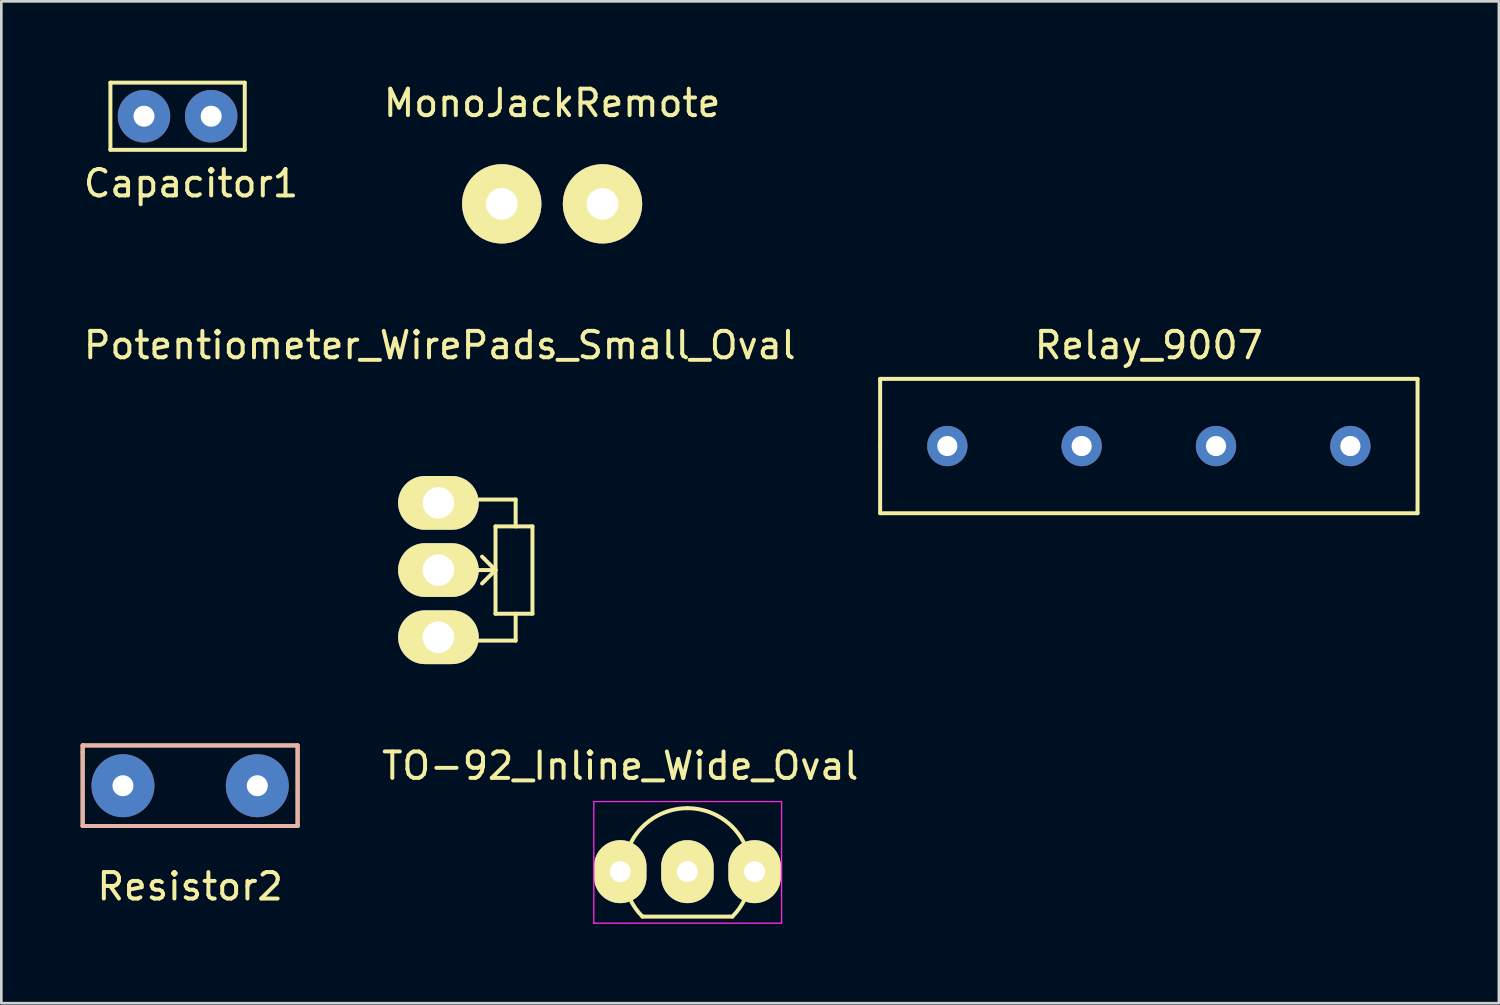
<source format=kicad_pcb>
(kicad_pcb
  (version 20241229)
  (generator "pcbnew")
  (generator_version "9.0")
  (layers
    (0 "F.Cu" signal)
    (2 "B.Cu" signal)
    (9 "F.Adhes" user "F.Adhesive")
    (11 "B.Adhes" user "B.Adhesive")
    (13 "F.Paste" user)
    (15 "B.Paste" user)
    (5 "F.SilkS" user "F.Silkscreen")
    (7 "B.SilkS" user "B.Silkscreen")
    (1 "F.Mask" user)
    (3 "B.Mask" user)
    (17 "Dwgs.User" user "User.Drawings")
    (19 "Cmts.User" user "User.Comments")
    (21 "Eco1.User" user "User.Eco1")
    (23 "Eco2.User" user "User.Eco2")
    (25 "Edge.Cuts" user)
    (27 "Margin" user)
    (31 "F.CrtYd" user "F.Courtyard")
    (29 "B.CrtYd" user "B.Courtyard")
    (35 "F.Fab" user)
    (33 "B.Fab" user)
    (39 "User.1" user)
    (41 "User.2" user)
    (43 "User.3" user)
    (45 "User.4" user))
  (footprint "MonoJackRemote"
    (layer "F.Cu")
    (at 17.827 4.658)
    (property "Reference" "MonoJackRemote" (at 0 -3.81 0) (layer "F.SilkS") (effects (font (size 1 1) (thickness 0.15))))
    (attr through_hole)
    (pad "1" thru_hole circle (at -1.905 0) (size 3 3) (drill 1.199) (layers "*.Cu" "*.Mask" "F.SilkS"))
    (pad "2" thru_hole circle (at 1.905 0) (size 3 3) (drill 1.199) (layers "*.Cu" "*.Mask" "F.SilkS")))
  (footprint "Capacitor1"
    (layer "F.Cu")
    (at 3.665 1.345)
    (property "Reference" "Capacitor1" (at 0.508 2.54 0) (layer "F.SilkS") (effects (font (size 1 1) (thickness 0.15))))
    (attr through_hole)
    (fp_line (start -2.54 -1.27) (end -2.54 1.27) (stroke (width 0.15) (type solid)) (layer "F.SilkS"))
    (fp_line (start -2.54 1.27) (end 2.54 1.27) (stroke (width 0.15) (type solid)) (layer "F.SilkS"))
    (fp_line (start 2.54 -1.27) (end -2.54 -1.27) (stroke (width 0.15) (type solid)) (layer "F.SilkS"))
    (fp_line (start 2.54 1.27) (end 2.54 -1.27) (stroke (width 0.15) (type solid)) (layer "F.SilkS"))
    (pad "1" thru_hole circle (at -1.27 0) (size 1.984 1.984) (drill 0.794) (layers "*.Cu" "*.Mask"))
    (pad "2" thru_hole circle (at 1.27 0) (size 1.984 1.984) (drill 0.794) (layers "*.Cu" "*.Mask")))
  (footprint "Potentiometer_WirePads_Small_Oval"
    (layer "F.Cu")
    (at 13.527 15.965)
    (property "Reference" "Potentiometer_WirePads_Small_Oval" (at 0.051 -5.959 0) (layer "F.SilkS") (effects (font (size 1 1) (thickness 0.15))))
    (attr through_hole)
    (fp_line (start 2.159 0.889) (end 3.556 0.889) (stroke (width 0.15) (type solid)) (layer "F.SilkS"))
    (fp_line (start 2.159 2.54) (end 1.524 2.54) (stroke (width 0.15) (type solid)) (layer "F.SilkS"))
    (fp_line (start 2.159 2.54) (end 1.651 2.032) (stroke (width 0.15) (type solid)) (layer "F.SilkS"))
    (fp_line (start 2.159 2.54) (end 1.651 3.048) (stroke (width 0.15) (type solid)) (layer "F.SilkS"))
    (fp_line (start 2.159 4.191) (end 2.159 0.889) (stroke (width 0.15) (type solid)) (layer "F.SilkS"))
    (fp_line (start 2.921 -0.127) (end 1.524 -0.127) (stroke (width 0.15) (type solid)) (layer "F.SilkS"))
    (fp_line (start 2.921 0.889) (end 2.921 -0.127) (stroke (width 0.15) (type solid)) (layer "F.SilkS"))
    (fp_line (start 2.921 4.191) (end 2.921 5.207) (stroke (width 0.15) (type solid)) (layer "F.SilkS"))
    (fp_line (start 2.921 5.207) (end 1.524 5.207) (stroke (width 0.15) (type solid)) (layer "F.SilkS"))
    (fp_line (start 3.556 0.889) (end 3.556 4.191) (stroke (width 0.15) (type solid)) (layer "F.SilkS"))
    (fp_line (start 3.556 4.191) (end 2.159 4.191) (stroke (width 0.15) (type solid)) (layer "F.SilkS"))
    (pad "1" thru_hole oval (at 0 0) (size 3.048 2.032) (drill 1.191) (layers "*.Cu" "*.Mask" "F.SilkS"))
    (pad "2" thru_hole oval (at 0 2.54) (size 3.048 2.032) (drill 1.191) (layers "*.Cu" "*.Mask" "F.SilkS"))
    (pad "3" thru_hole oval (at 0 5.08) (size 3.048 2.032) (drill 1.191) (layers "*.Cu" "*.Mask" "F.SilkS")))
  (footprint "TO-92_Inline_Wide_Oval"
    (layer "F.Cu")
    (at 20.403 29.909)
    (property "Reference" "TO-92_Inline_Wide_Oval" (at 0 -4 180) (layer "F.SilkS") (effects (font (size 1 1) (thickness 0.15))))
    (attr through_hole)
    (fp_line (start 0.84 1.7) (end 4.24 1.7) (stroke (width 0.15) (type solid)) (layer "F.SilkS"))
    (fp_arc (start 0.355121 -0.993127) (mid 1.240675 -2.017858) (end 2.54 -2.4) (stroke (width 0.15) (type solid)) (layer "F.SilkS"))
    (fp_arc (start 0.84 1.7) (mid 0.564627 1.370365) (end 0.352305 0.99699) (stroke (width 0.15) (type solid)) (layer "F.SilkS"))
    (fp_arc (start 2.54 -2.4) (mid 3.839326 -2.017858) (end 4.724879 -0.993127) (stroke (width 0.15) (type solid)) (layer "F.SilkS"))
    (fp_arc (start 4.727695 0.99699) (mid 4.515373 1.370365) (end 4.24 1.7) (stroke (width 0.15) (type solid)) (layer "F.SilkS"))
    (fp_line (start -1 -2.65) (end 6.1 -2.65) (stroke (width 0.05) (type solid)) (layer "F.CrtYd"))
    (fp_line (start -1 1.95) (end -1 -2.65) (stroke (width 0.05) (type solid)) (layer "F.CrtYd"))
    (fp_line (start -1 1.95) (end 6.1 1.95) (stroke (width 0.05) (type solid)) (layer "F.CrtYd"))
    (fp_line (start 6.1 1.95) (end 6.1 -2.65) (stroke (width 0.05) (type solid)) (layer "F.CrtYd"))
    (pad "1" thru_hole oval (at 0 0 90) (size 2.381 1.984) (drill 0.794) (layers "*.Cu" "*.Mask" "F.SilkS"))
    (pad "2" thru_hole oval (at 2.54 0 90) (size 2.381 1.984) (drill 0.794) (layers "*.Cu" "*.Mask" "F.SilkS"))
    (pad "3" thru_hole oval (at 5.08 0 90) (size 2.381 1.984) (drill 0.794) (layers "*.Cu" "*.Mask" "F.SilkS")))
  (footprint "Resistor2"
    (layer "F.Cu")
    (at 4.139 26.66)
    (property "Reference" "Resistor2" (at 0 3.81 0) (layer "F.SilkS") (effects (font (size 1 1) (thickness 0.15))))
    (attr through_hole)
    (fp_line (start -4.064 -1.524) (end -4.064 -1.27) (stroke (width 0.15) (type solid)) (layer "F.SilkS"))
    (fp_line (start -4.064 -1.27) (end -4.064 1.524) (stroke (width 0.15) (type solid)) (layer "F.SilkS"))
    (fp_line (start -4.064 1.524) (end 4.064 1.524) (stroke (width 0.15) (type solid)) (layer "F.SilkS"))
    (fp_line (start 4.064 -1.524) (end -4.064 -1.524) (stroke (width 0.15) (type solid)) (layer "F.SilkS"))
    (fp_line (start 4.064 1.524) (end 4.064 -1.524) (stroke (width 0.15) (type solid)) (layer "F.SilkS"))
    (fp_line (start -4.064 -1.524) (end 4.064 -1.524) (stroke (width 0.15) (type solid)) (layer "B.SilkS"))
    (fp_line (start -4.064 1.524) (end -4.064 -1.524) (stroke (width 0.15) (type solid)) (layer "B.SilkS"))
    (fp_line (start 4.064 -1.524) (end 4.064 1.524) (stroke (width 0.15) (type solid)) (layer "B.SilkS"))
    (fp_line (start 4.064 1.524) (end -4.064 1.524) (stroke (width 0.15) (type solid)) (layer "B.SilkS"))
    (pad "1" thru_hole circle (at -2.54 0) (size 2.381 2.381) (drill 0.794) (layers "*.Cu" "*.Mask"))
    (pad "2" thru_hole circle (at 2.54 0) (size 2.381 2.381) (drill 0.794) (layers "*.Cu" "*.Mask")))
  (footprint "Relay_9007"
    (layer "F.Cu")
    (at 40.39 13.816)
    (property "Reference" "Relay_9007" (at 0 -3.81 0) (layer "F.SilkS") (effects (font (size 1 1) (thickness 0.15))))
    (attr through_hole)
    (fp_line (start -10.16 -2.54) (end 10.16 -2.54) (stroke (width 0.15) (type solid)) (layer "F.SilkS"))
    (fp_line (start -10.16 0) (end -10.16 -2.54) (stroke (width 0.15) (type solid)) (layer "F.SilkS"))
    (fp_line (start -10.16 2.54) (end -10.16 0) (stroke (width 0.15) (type solid)) (layer "F.SilkS"))
    (fp_line (start 10.16 -2.54) (end 10.16 2.54) (stroke (width 0.15) (type solid)) (layer "F.SilkS"))
    (fp_line (start 10.16 2.54) (end -10.16 2.54) (stroke (width 0.15) (type solid)) (layer "F.SilkS"))
    (pad "1" thru_hole circle (at -7.62 0) (size 1.524 1.524) (drill 0.762) (layers "*.Cu" "*.Mask"))
    (pad "2" thru_hole circle (at -2.54 0) (size 1.524 1.524) (drill 0.762) (layers "*.Cu" "*.Mask"))
    (pad "3" thru_hole circle (at 2.54 0) (size 1.524 1.524) (drill 0.762) (layers "*.Cu" "*.Mask"))
    (pad "4" thru_hole circle (at 7.62 0) (size 1.524 1.524) (drill 0.762) (layers "*.Cu" "*.Mask")))
  (gr_rect
    (start -3 -3)
    (end 53.625 34.884)
    (stroke (width 0.1) (type default))
    (fill no)
    (layer "Edge.Cuts")))
</source>
